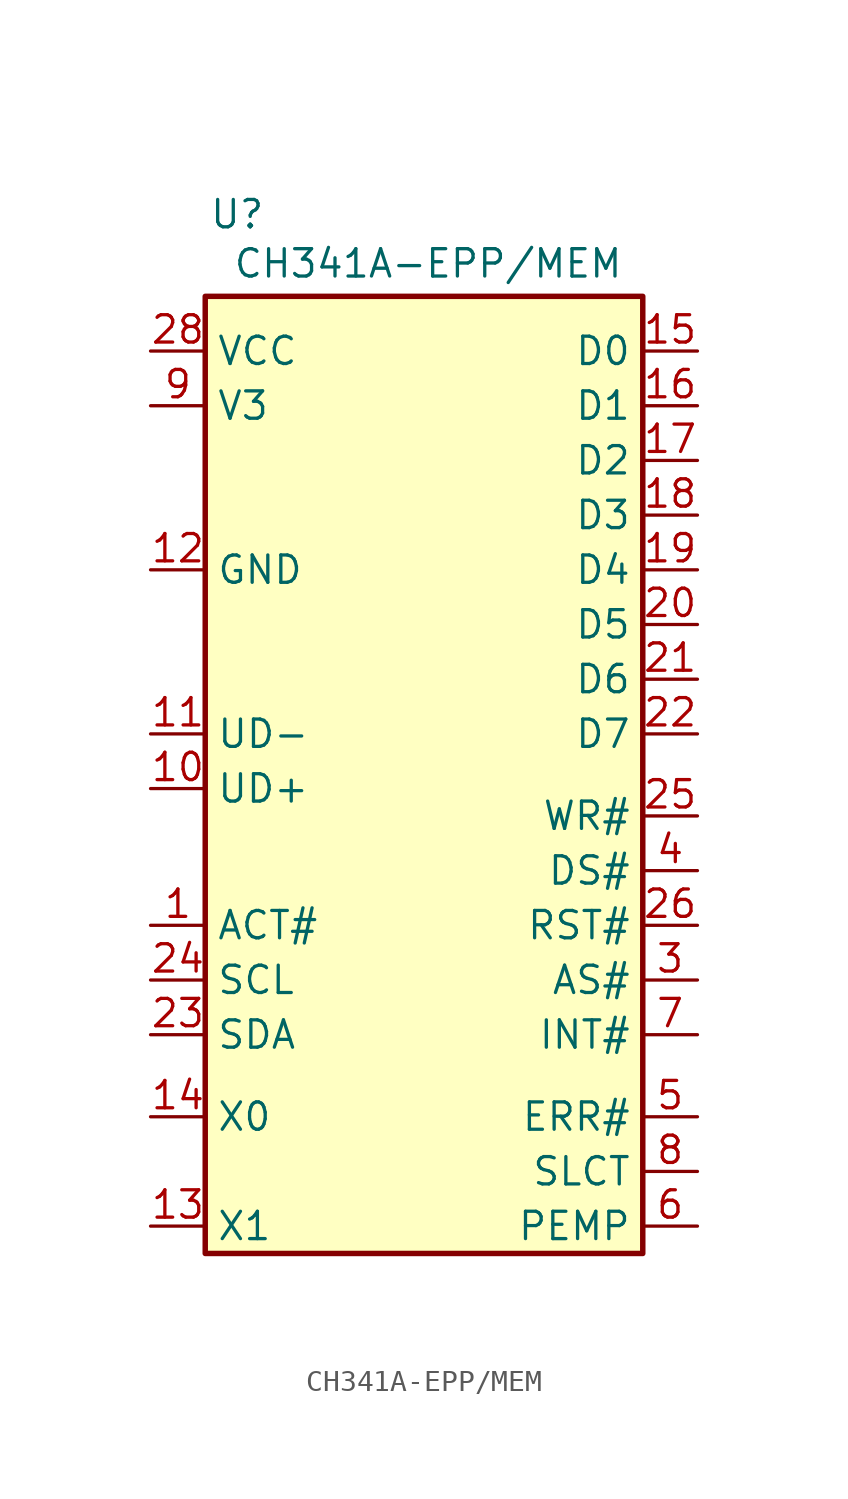
<source format=kicad_sym>
(kicad_symbol_lib
  (version 20241209)
  (generator "kicad_symbol_editor")
  (generator_version "9.0")
  (symbol "CH341A-EPP/MEM"
    (property "Reference" "U"
      (at -7.366 29.21 0)
      (effects (font (size 1.27 1.27)) (justify right)))
    (property "Value" "CH341A-EPP/MEM"
      (at -8.89 26.924 0)
      (effects (font (size 1.27 1.27)) (justify left)))
    (symbol "CH341A-EPP/MEM_0_1"
      (rectangle (start -10.16 25.4) (end 10.16 -19.05) (stroke (width 0.254) (type default)) (fill (type background))))
    (symbol "CH341A-EPP/MEM_1_0"
      (pin power_in line (at -12.7 22.86 0) (length 2.54) (name "VCC" (effects (font (size 1.27 1.27)))) (number "28" (effects (font (size 1.27 1.27)))))
      (pin power_in line (at -12.7 20.32 0) (length 2.54) (name "V3" (effects (font (size 1.27 1.27)))) (number "9" (effects (font (size 1.27 1.27)))))
      (pin power_in line (at -12.7 12.7 0) (length 2.54) (name "GND" (effects (font (size 1.27 1.27)))) (number "12" (effects (font (size 1.27 1.27)))))
      (pin input line (at -12.7 5.08 0) (length 2.54) (name "UD-" (effects (font (size 1.27 1.27)))) (number "11" (effects (font (size 1.27 1.27)))))
      (pin output line (at -12.7 2.54 0) (length 2.54) (name "UD+" (effects (font (size 1.27 1.27)))) (number "10" (effects (font (size 1.27 1.27)))))
      (pin input line (at -12.7 -3.81 0) (length 2.54) (name "ACT#" (effects (font (size 1.27 1.27)))) (number "1" (effects (font (size 1.27 1.27)))))
      (pin passive line (at -12.7 -6.35 0) (length 2.54) (name "SCL" (effects (font (size 1.27 1.27)))) (number "24" (effects (font (size 1.27 1.27)))))
      (pin passive line (at -12.7 -8.89 0) (length 2.54) (name "SDA" (effects (font (size 1.27 1.27)))) (number "23" (effects (font (size 1.27 1.27)))))
      (pin passive line (at -12.7 -12.7 0) (length 2.54) (name "X0" (effects (font (size 1.27 1.27)))) (number "14" (effects (font (size 1.27 1.27)))))
      (pin passive line (at -12.7 -17.78 0) (length 2.54) (name "X1" (effects (font (size 1.27 1.27)))) (number "13" (effects (font (size 1.27 1.27)))))
      (pin no_connect line (at 10.16 -19.05 180) (length 2.54) (hide yes) (name "NC" (effects (font (size 1.27 1.27)))) (number "18" (effects (font (size 1.27 1.27)))))
      (pin no_connect line (at 10.16 -19.05 180) (length 2.54) (hide yes) (name "NC" (effects (font (size 1.27 1.27)))) (number "27" (effects (font (size 1.27 1.27)))))
      (pin bidirectional line (at 12.7 22.86 180) (length 2.54) (name "D0" (effects (font (size 1.27 1.27)))) (number "15" (effects (font (size 1.27 1.27)))))
      (pin bidirectional line (at 12.7 20.32 180) (length 2.54) (name "D1" (effects (font (size 1.27 1.27)))) (number "16" (effects (font (size 1.27 1.27)))))
      (pin bidirectional line (at 12.7 17.78 180) (length 2.54) (name "D2" (effects (font (size 1.27 1.27)))) (number "17" (effects (font (size 1.27 1.27)))))
      (pin bidirectional line (at 12.7 15.24 180) (length 2.54) (name "D3" (effects (font (size 1.27 1.27)))) (number "18" (effects (font (size 1.27 1.27)))))
      (pin bidirectional line (at 12.7 12.7 180) (length 2.54) (name "D4" (effects (font (size 1.27 1.27)))) (number "19" (effects (font (size 1.27 1.27)))))
      (pin bidirectional line (at 12.7 10.16 180) (length 2.54) (name "D5" (effects (font (size 1.27 1.27)))) (number "20" (effects (font (size 1.27 1.27)))))
      (pin bidirectional line (at 12.7 7.62 180) (length 2.54) (name "D6" (effects (font (size 1.27 1.27)))) (number "21" (effects (font (size 1.27 1.27)))))
      (pin bidirectional line (at 12.7 5.08 180) (length 2.54) (name "D7" (effects (font (size 1.27 1.27)))) (number "22" (effects (font (size 1.27 1.27)))))
      (pin bidirectional line (at 12.7 1.27 180) (length 2.54) (name "WR#" (effects (font (size 1.27 1.27)))) (number "25" (effects (font (size 1.27 1.27)))))
      (pin bidirectional line (at 12.7 -1.27 180) (length 2.54) (name "DS#" (effects (font (size 1.27 1.27)))) (number "4" (effects (font (size 1.27 1.27)))))
      (pin bidirectional line (at 12.7 -3.81 180) (length 2.54) (name "RST#" (effects (font (size 1.27 1.27)))) (number "26" (effects (font (size 1.27 1.27)))))
      (pin bidirectional line (at 12.7 -6.35 180) (length 2.54) (name "AS#" (effects (font (size 1.27 1.27)))) (number "3" (effects (font (size 1.27 1.27)))))
      (pin bidirectional line (at 12.7 -8.89 180) (length 2.54) (name "INT#" (effects (font (size 1.27 1.27)))) (number "7" (effects (font (size 1.27 1.27)))))
      (pin bidirectional line (at 12.7 -12.7 180) (length 2.54) (name "ERR#" (effects (font (size 1.27 1.27)))) (number "5" (effects (font (size 1.27 1.27)))))
      (pin bidirectional line (at 12.7 -15.24 180) (length 2.54) (name "SLCT" (effects (font (size 1.27 1.27)))) (number "8" (effects (font (size 1.27 1.27)))))
      (pin bidirectional line (at 12.7 -17.78 180) (length 2.54) (name "PEMP" (effects (font (size 1.27 1.27)))) (number "6" (effects (font (size 1.27 1.27))))))))
</source>
